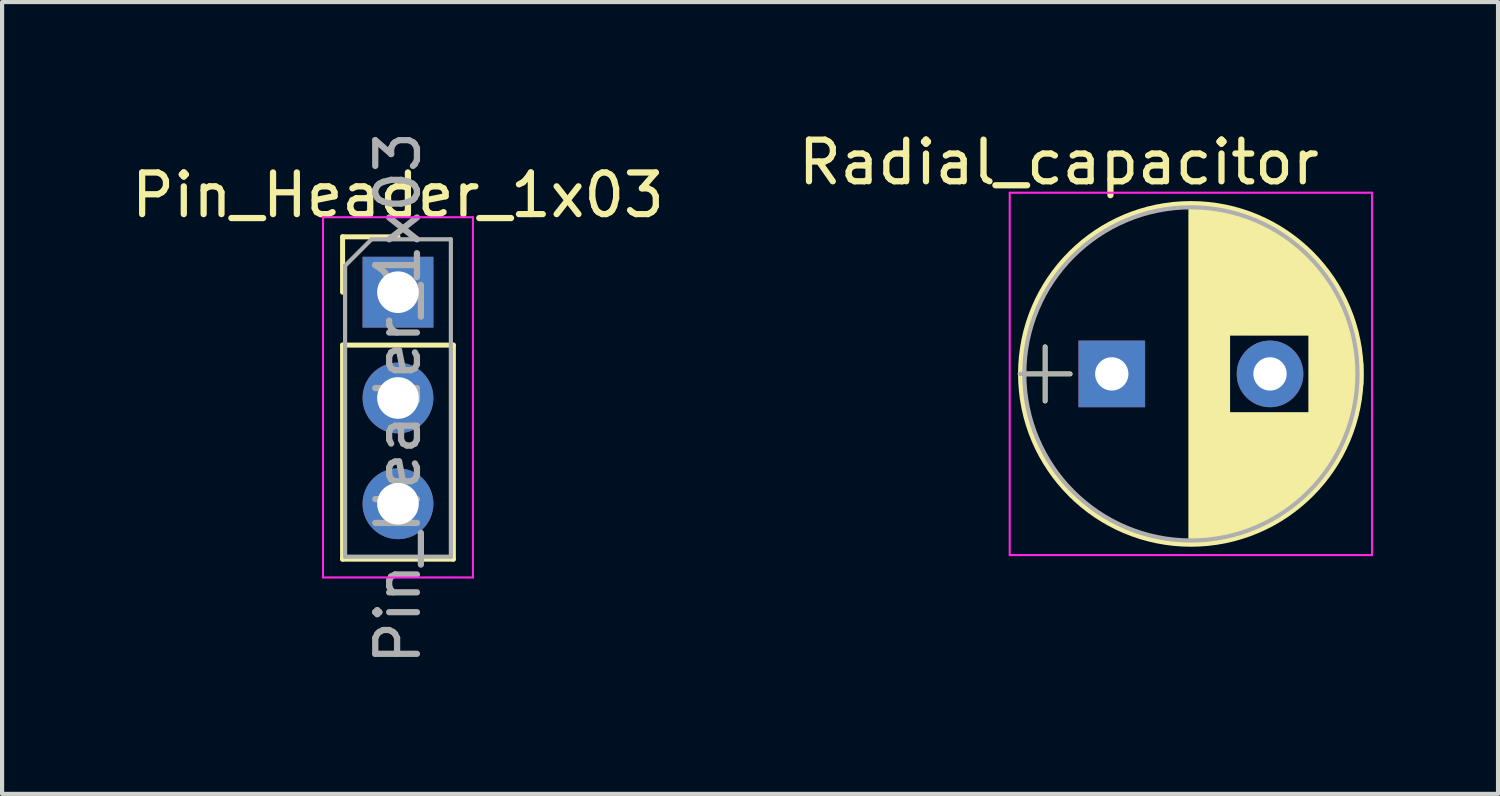
<source format=kicad_pcb>
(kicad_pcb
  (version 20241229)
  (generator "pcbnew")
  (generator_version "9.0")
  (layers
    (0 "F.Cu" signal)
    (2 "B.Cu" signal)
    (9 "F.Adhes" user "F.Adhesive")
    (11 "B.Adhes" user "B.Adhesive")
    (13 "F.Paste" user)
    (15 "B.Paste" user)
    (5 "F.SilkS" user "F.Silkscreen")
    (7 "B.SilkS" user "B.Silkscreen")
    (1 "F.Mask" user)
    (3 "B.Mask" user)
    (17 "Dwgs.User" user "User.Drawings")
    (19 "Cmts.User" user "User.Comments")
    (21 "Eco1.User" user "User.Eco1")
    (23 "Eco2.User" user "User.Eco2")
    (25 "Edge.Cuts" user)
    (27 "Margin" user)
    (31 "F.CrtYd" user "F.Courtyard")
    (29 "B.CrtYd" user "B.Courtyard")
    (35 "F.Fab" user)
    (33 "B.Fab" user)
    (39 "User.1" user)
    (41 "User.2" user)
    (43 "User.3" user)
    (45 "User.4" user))
  (footprint "Radial_capacitor"
    (layer "F.Cu")
    (at 23.645 5.928)
    (property "Reference" "Radial_capacitor" (at -1.27 -5.08 0) (layer "F.SilkS") (effects (font (size 1 1) (thickness 0.15))))
    (attr through_hole)
    (fp_line (start -2.2 0) (end -1 0) (stroke (width 0.12) (type solid)) (layer "F.SilkS"))
    (fp_line (start -1.6 -0.65) (end -1.6 0.65) (stroke (width 0.12) (type solid)) (layer "F.SilkS"))
    (fp_line (start 1.9 -4.05) (end 1.9 4.05) (stroke (width 0.12) (type solid)) (layer "F.SilkS"))
    (fp_line (start 1.94 -4.05) (end 1.94 4.05) (stroke (width 0.12) (type solid)) (layer "F.SilkS"))
    (fp_line (start 1.98 -4.05) (end 1.98 4.05) (stroke (width 0.12) (type solid)) (layer "F.SilkS"))
    (fp_line (start 2.02 -4.049) (end 2.02 4.049) (stroke (width 0.12) (type solid)) (layer "F.SilkS"))
    (fp_line (start 2.06 -4.047) (end 2.06 4.047) (stroke (width 0.12) (type solid)) (layer "F.SilkS"))
    (fp_line (start 2.1 -4.046) (end 2.1 4.046) (stroke (width 0.12) (type solid)) (layer "F.SilkS"))
    (fp_line (start 2.14 -4.043) (end 2.14 4.043) (stroke (width 0.12) (type solid)) (layer "F.SilkS"))
    (fp_line (start 2.18 -4.041) (end 2.18 4.041) (stroke (width 0.12) (type solid)) (layer "F.SilkS"))
    (fp_line (start 2.22 -4.038) (end 2.22 4.038) (stroke (width 0.12) (type solid)) (layer "F.SilkS"))
    (fp_line (start 2.26 -4.035) (end 2.26 4.035) (stroke (width 0.12) (type solid)) (layer "F.SilkS"))
    (fp_line (start 2.3 -4.031) (end 2.3 4.031) (stroke (width 0.12) (type solid)) (layer "F.SilkS"))
    (fp_line (start 2.34 -4.027) (end 2.34 4.027) (stroke (width 0.12) (type solid)) (layer "F.SilkS"))
    (fp_line (start 2.38 -4.022) (end 2.38 4.022) (stroke (width 0.12) (type solid)) (layer "F.SilkS"))
    (fp_line (start 2.42 -4.017) (end 2.42 4.017) (stroke (width 0.12) (type solid)) (layer "F.SilkS"))
    (fp_line (start 2.46 -4.012) (end 2.46 4.012) (stroke (width 0.12) (type solid)) (layer "F.SilkS"))
    (fp_line (start 2.5 -4.006) (end 2.5 4.006) (stroke (width 0.12) (type solid)) (layer "F.SilkS"))
    (fp_line (start 2.54 -4) (end 2.54 4) (stroke (width 0.12) (type solid)) (layer "F.SilkS"))
    (fp_line (start 2.58 -3.994) (end 2.58 3.994) (stroke (width 0.12) (type solid)) (layer "F.SilkS"))
    (fp_line (start 2.621 -3.987) (end 2.621 3.987) (stroke (width 0.12) (type solid)) (layer "F.SilkS"))
    (fp_line (start 2.661 -3.979) (end 2.661 3.979) (stroke (width 0.12) (type solid)) (layer "F.SilkS"))
    (fp_line (start 2.701 -3.971) (end 2.701 3.971) (stroke (width 0.12) (type solid)) (layer "F.SilkS"))
    (fp_line (start 2.741 -3.963) (end 2.741 3.963) (stroke (width 0.12) (type solid)) (layer "F.SilkS"))
    (fp_line (start 2.781 -3.955) (end 2.781 3.955) (stroke (width 0.12) (type solid)) (layer "F.SilkS"))
    (fp_line (start 2.821 -3.946) (end 2.821 -0.98) (stroke (width 0.12) (type solid)) (layer "F.SilkS"))
    (fp_line (start 2.821 0.98) (end 2.821 3.946) (stroke (width 0.12) (type solid)) (layer "F.SilkS"))
    (fp_line (start 2.861 -3.936) (end 2.861 -0.98) (stroke (width 0.12) (type solid)) (layer "F.SilkS"))
    (fp_line (start 2.861 0.98) (end 2.861 3.936) (stroke (width 0.12) (type solid)) (layer "F.SilkS"))
    (fp_line (start 2.901 -3.926) (end 2.901 -0.98) (stroke (width 0.12) (type solid)) (layer "F.SilkS"))
    (fp_line (start 2.901 0.98) (end 2.901 3.926) (stroke (width 0.12) (type solid)) (layer "F.SilkS"))
    (fp_line (start 2.941 -3.916) (end 2.941 -0.98) (stroke (width 0.12) (type solid)) (layer "F.SilkS"))
    (fp_line (start 2.941 0.98) (end 2.941 3.916) (stroke (width 0.12) (type solid)) (layer "F.SilkS"))
    (fp_line (start 2.981 -3.905) (end 2.981 -0.98) (stroke (width 0.12) (type solid)) (layer "F.SilkS"))
    (fp_line (start 2.981 0.98) (end 2.981 3.905) (stroke (width 0.12) (type solid)) (layer "F.SilkS"))
    (fp_line (start 3.021 -3.894) (end 3.021 -0.98) (stroke (width 0.12) (type solid)) (layer "F.SilkS"))
    (fp_line (start 3.021 0.98) (end 3.021 3.894) (stroke (width 0.12) (type solid)) (layer "F.SilkS"))
    (fp_line (start 3.061 -3.883) (end 3.061 -0.98) (stroke (width 0.12) (type solid)) (layer "F.SilkS"))
    (fp_line (start 3.061 0.98) (end 3.061 3.883) (stroke (width 0.12) (type solid)) (layer "F.SilkS"))
    (fp_line (start 3.101 -3.87) (end 3.101 -0.98) (stroke (width 0.12) (type solid)) (layer "F.SilkS"))
    (fp_line (start 3.101 0.98) (end 3.101 3.87) (stroke (width 0.12) (type solid)) (layer "F.SilkS"))
    (fp_line (start 3.141 -3.858) (end 3.141 -0.98) (stroke (width 0.12) (type solid)) (layer "F.SilkS"))
    (fp_line (start 3.141 0.98) (end 3.141 3.858) (stroke (width 0.12) (type solid)) (layer "F.SilkS"))
    (fp_line (start 3.181 -3.845) (end 3.181 -0.98) (stroke (width 0.12) (type solid)) (layer "F.SilkS"))
    (fp_line (start 3.181 0.98) (end 3.181 3.845) (stroke (width 0.12) (type solid)) (layer "F.SilkS"))
    (fp_line (start 3.221 -3.832) (end 3.221 -0.98) (stroke (width 0.12) (type solid)) (layer "F.SilkS"))
    (fp_line (start 3.221 0.98) (end 3.221 3.832) (stroke (width 0.12) (type solid)) (layer "F.SilkS"))
    (fp_line (start 3.261 -3.818) (end 3.261 -0.98) (stroke (width 0.12) (type solid)) (layer "F.SilkS"))
    (fp_line (start 3.261 0.98) (end 3.261 3.818) (stroke (width 0.12) (type solid)) (layer "F.SilkS"))
    (fp_line (start 3.301 -3.803) (end 3.301 -0.98) (stroke (width 0.12) (type solid)) (layer "F.SilkS"))
    (fp_line (start 3.301 0.98) (end 3.301 3.803) (stroke (width 0.12) (type solid)) (layer "F.SilkS"))
    (fp_line (start 3.341 -3.789) (end 3.341 -0.98) (stroke (width 0.12) (type solid)) (layer "F.SilkS"))
    (fp_line (start 3.341 0.98) (end 3.341 3.789) (stroke (width 0.12) (type solid)) (layer "F.SilkS"))
    (fp_line (start 3.381 -3.773) (end 3.381 -0.98) (stroke (width 0.12) (type solid)) (layer "F.SilkS"))
    (fp_line (start 3.381 0.98) (end 3.381 3.773) (stroke (width 0.12) (type solid)) (layer "F.SilkS"))
    (fp_line (start 3.421 -3.758) (end 3.421 -0.98) (stroke (width 0.12) (type solid)) (layer "F.SilkS"))
    (fp_line (start 3.421 0.98) (end 3.421 3.758) (stroke (width 0.12) (type solid)) (layer "F.SilkS"))
    (fp_line (start 3.461 -3.741) (end 3.461 -0.98) (stroke (width 0.12) (type solid)) (layer "F.SilkS"))
    (fp_line (start 3.461 0.98) (end 3.461 3.741) (stroke (width 0.12) (type solid)) (layer "F.SilkS"))
    (fp_line (start 3.501 -3.725) (end 3.501 -0.98) (stroke (width 0.12) (type solid)) (layer "F.SilkS"))
    (fp_line (start 3.501 0.98) (end 3.501 3.725) (stroke (width 0.12) (type solid)) (layer "F.SilkS"))
    (fp_line (start 3.541 -3.707) (end 3.541 -0.98) (stroke (width 0.12) (type solid)) (layer "F.SilkS"))
    (fp_line (start 3.541 0.98) (end 3.541 3.707) (stroke (width 0.12) (type solid)) (layer "F.SilkS"))
    (fp_line (start 3.581 -3.69) (end 3.581 -0.98) (stroke (width 0.12) (type solid)) (layer "F.SilkS"))
    (fp_line (start 3.581 0.98) (end 3.581 3.69) (stroke (width 0.12) (type solid)) (layer "F.SilkS"))
    (fp_line (start 3.621 -3.671) (end 3.621 -0.98) (stroke (width 0.12) (type solid)) (layer "F.SilkS"))
    (fp_line (start 3.621 0.98) (end 3.621 3.671) (stroke (width 0.12) (type solid)) (layer "F.SilkS"))
    (fp_line (start 3.661 -3.652) (end 3.661 -0.98) (stroke (width 0.12) (type solid)) (layer "F.SilkS"))
    (fp_line (start 3.661 0.98) (end 3.661 3.652) (stroke (width 0.12) (type solid)) (layer "F.SilkS"))
    (fp_line (start 3.701 -3.633) (end 3.701 -0.98) (stroke (width 0.12) (type solid)) (layer "F.SilkS"))
    (fp_line (start 3.701 0.98) (end 3.701 3.633) (stroke (width 0.12) (type solid)) (layer "F.SilkS"))
    (fp_line (start 3.741 -3.613) (end 3.741 -0.98) (stroke (width 0.12) (type solid)) (layer "F.SilkS"))
    (fp_line (start 3.741 0.98) (end 3.741 3.613) (stroke (width 0.12) (type solid)) (layer "F.SilkS"))
    (fp_line (start 3.781 -3.593) (end 3.781 -0.98) (stroke (width 0.12) (type solid)) (layer "F.SilkS"))
    (fp_line (start 3.781 0.98) (end 3.781 3.593) (stroke (width 0.12) (type solid)) (layer "F.SilkS"))
    (fp_line (start 3.821 -3.572) (end 3.821 -0.98) (stroke (width 0.12) (type solid)) (layer "F.SilkS"))
    (fp_line (start 3.821 0.98) (end 3.821 3.572) (stroke (width 0.12) (type solid)) (layer "F.SilkS"))
    (fp_line (start 3.861 -3.55) (end 3.861 -0.98) (stroke (width 0.12) (type solid)) (layer "F.SilkS"))
    (fp_line (start 3.861 0.98) (end 3.861 3.55) (stroke (width 0.12) (type solid)) (layer "F.SilkS"))
    (fp_line (start 3.901 -3.528) (end 3.901 -0.98) (stroke (width 0.12) (type solid)) (layer "F.SilkS"))
    (fp_line (start 3.901 0.98) (end 3.901 3.528) (stroke (width 0.12) (type solid)) (layer "F.SilkS"))
    (fp_line (start 3.941 -3.505) (end 3.941 -0.98) (stroke (width 0.12) (type solid)) (layer "F.SilkS"))
    (fp_line (start 3.941 0.98) (end 3.941 3.505) (stroke (width 0.12) (type solid)) (layer "F.SilkS"))
    (fp_line (start 3.981 -3.482) (end 3.981 -0.98) (stroke (width 0.12) (type solid)) (layer "F.SilkS"))
    (fp_line (start 3.981 0.98) (end 3.981 3.482) (stroke (width 0.12) (type solid)) (layer "F.SilkS"))
    (fp_line (start 4.021 -3.458) (end 4.021 -0.98) (stroke (width 0.12) (type solid)) (layer "F.SilkS"))
    (fp_line (start 4.021 0.98) (end 4.021 3.458) (stroke (width 0.12) (type solid)) (layer "F.SilkS"))
    (fp_line (start 4.061 -3.434) (end 4.061 -0.98) (stroke (width 0.12) (type solid)) (layer "F.SilkS"))
    (fp_line (start 4.061 0.98) (end 4.061 3.434) (stroke (width 0.12) (type solid)) (layer "F.SilkS"))
    (fp_line (start 4.101 -3.408) (end 4.101 -0.98) (stroke (width 0.12) (type solid)) (layer "F.SilkS"))
    (fp_line (start 4.101 0.98) (end 4.101 3.408) (stroke (width 0.12) (type solid)) (layer "F.SilkS"))
    (fp_line (start 4.141 -3.383) (end 4.141 -0.98) (stroke (width 0.12) (type solid)) (layer "F.SilkS"))
    (fp_line (start 4.141 0.98) (end 4.141 3.383) (stroke (width 0.12) (type solid)) (layer "F.SilkS"))
    (fp_line (start 4.181 -3.356) (end 4.181 -0.98) (stroke (width 0.12) (type solid)) (layer "F.SilkS"))
    (fp_line (start 4.181 0.98) (end 4.181 3.356) (stroke (width 0.12) (type solid)) (layer "F.SilkS"))
    (fp_line (start 4.221 -3.329) (end 4.221 -0.98) (stroke (width 0.12) (type solid)) (layer "F.SilkS"))
    (fp_line (start 4.221 0.98) (end 4.221 3.329) (stroke (width 0.12) (type solid)) (layer "F.SilkS"))
    (fp_line (start 4.261 -3.301) (end 4.261 -0.98) (stroke (width 0.12) (type solid)) (layer "F.SilkS"))
    (fp_line (start 4.261 0.98) (end 4.261 3.301) (stroke (width 0.12) (type solid)) (layer "F.SilkS"))
    (fp_line (start 4.301 -3.272) (end 4.301 -0.98) (stroke (width 0.12) (type solid)) (layer "F.SilkS"))
    (fp_line (start 4.301 0.98) (end 4.301 3.272) (stroke (width 0.12) (type solid)) (layer "F.SilkS"))
    (fp_line (start 4.341 -3.243) (end 4.341 -0.98) (stroke (width 0.12) (type solid)) (layer "F.SilkS"))
    (fp_line (start 4.341 0.98) (end 4.341 3.243) (stroke (width 0.12) (type solid)) (layer "F.SilkS"))
    (fp_line (start 4.381 -3.213) (end 4.381 -0.98) (stroke (width 0.12) (type solid)) (layer "F.SilkS"))
    (fp_line (start 4.381 0.98) (end 4.381 3.213) (stroke (width 0.12) (type solid)) (layer "F.SilkS"))
    (fp_line (start 4.421 -3.182) (end 4.421 -0.98) (stroke (width 0.12) (type solid)) (layer "F.SilkS"))
    (fp_line (start 4.421 0.98) (end 4.421 3.182) (stroke (width 0.12) (type solid)) (layer "F.SilkS"))
    (fp_line (start 4.461 -3.15) (end 4.461 -0.98) (stroke (width 0.12) (type solid)) (layer "F.SilkS"))
    (fp_line (start 4.461 0.98) (end 4.461 3.15) (stroke (width 0.12) (type solid)) (layer "F.SilkS"))
    (fp_line (start 4.501 -3.118) (end 4.501 -0.98) (stroke (width 0.12) (type solid)) (layer "F.SilkS"))
    (fp_line (start 4.501 0.98) (end 4.501 3.118) (stroke (width 0.12) (type solid)) (layer "F.SilkS"))
    (fp_line (start 4.541 -3.084) (end 4.541 -0.98) (stroke (width 0.12) (type solid)) (layer "F.SilkS"))
    (fp_line (start 4.541 0.98) (end 4.541 3.084) (stroke (width 0.12) (type solid)) (layer "F.SilkS"))
    (fp_line (start 4.581 -3.05) (end 4.581 -0.98) (stroke (width 0.12) (type solid)) (layer "F.SilkS"))
    (fp_line (start 4.581 0.98) (end 4.581 3.05) (stroke (width 0.12) (type solid)) (layer "F.SilkS"))
    (fp_line (start 4.621 -3.015) (end 4.621 -0.98) (stroke (width 0.12) (type solid)) (layer "F.SilkS"))
    (fp_line (start 4.621 0.98) (end 4.621 3.015) (stroke (width 0.12) (type solid)) (layer "F.SilkS"))
    (fp_line (start 4.661 -2.979) (end 4.661 -0.98) (stroke (width 0.12) (type solid)) (layer "F.SilkS"))
    (fp_line (start 4.661 0.98) (end 4.661 2.979) (stroke (width 0.12) (type solid)) (layer "F.SilkS"))
    (fp_line (start 4.701 -2.942) (end 4.701 -0.98) (stroke (width 0.12) (type solid)) (layer "F.SilkS"))
    (fp_line (start 4.701 0.98) (end 4.701 2.942) (stroke (width 0.12) (type solid)) (layer "F.SilkS"))
    (fp_line (start 4.741 -2.904) (end 4.741 -0.98) (stroke (width 0.12) (type solid)) (layer "F.SilkS"))
    (fp_line (start 4.741 0.98) (end 4.741 2.904) (stroke (width 0.12) (type solid)) (layer "F.SilkS"))
    (fp_line (start 4.781 -2.865) (end 4.781 2.865) (stroke (width 0.12) (type solid)) (layer "F.SilkS"))
    (fp_line (start 4.821 -2.824) (end 4.821 2.824) (stroke (width 0.12) (type solid)) (layer "F.SilkS"))
    (fp_line (start 4.861 -2.783) (end 4.861 2.783) (stroke (width 0.12) (type solid)) (layer "F.SilkS"))
    (fp_line (start 4.901 -2.74) (end 4.901 2.74) (stroke (width 0.12) (type solid)) (layer "F.SilkS"))
    (fp_line (start 4.941 -2.697) (end 4.941 2.697) (stroke (width 0.12) (type solid)) (layer "F.SilkS"))
    (fp_line (start 4.981 -2.652) (end 4.981 2.652) (stroke (width 0.12) (type solid)) (layer "F.SilkS"))
    (fp_line (start 5.021 -2.605) (end 5.021 2.605) (stroke (width 0.12) (type solid)) (layer "F.SilkS"))
    (fp_line (start 5.061 -2.557) (end 5.061 2.557) (stroke (width 0.12) (type solid)) (layer "F.SilkS"))
    (fp_line (start 5.101 -2.508) (end 5.101 2.508) (stroke (width 0.12) (type solid)) (layer "F.SilkS"))
    (fp_line (start 5.141 -2.457) (end 5.141 2.457) (stroke (width 0.12) (type solid)) (layer "F.SilkS"))
    (fp_line (start 5.181 -2.404) (end 5.181 2.404) (stroke (width 0.12) (type solid)) (layer "F.SilkS"))
    (fp_line (start 5.221 -2.349) (end 5.221 2.349) (stroke (width 0.12) (type solid)) (layer "F.SilkS"))
    (fp_line (start 5.261 -2.293) (end 5.261 2.293) (stroke (width 0.12) (type solid)) (layer "F.SilkS"))
    (fp_line (start 5.301 -2.234) (end 5.301 2.234) (stroke (width 0.12) (type solid)) (layer "F.SilkS"))
    (fp_line (start 5.341 -2.173) (end 5.341 2.173) (stroke (width 0.12) (type solid)) (layer "F.SilkS"))
    (fp_line (start 5.381 -2.109) (end 5.381 2.109) (stroke (width 0.12) (type solid)) (layer "F.SilkS"))
    (fp_line (start 5.421 -2.043) (end 5.421 2.043) (stroke (width 0.12) (type solid)) (layer "F.SilkS"))
    (fp_line (start 5.461 -1.974) (end 5.461 1.974) (stroke (width 0.12) (type solid)) (layer "F.SilkS"))
    (fp_line (start 5.501 -1.902) (end 5.501 1.902) (stroke (width 0.12) (type solid)) (layer "F.SilkS"))
    (fp_line (start 5.541 -1.826) (end 5.541 1.826) (stroke (width 0.12) (type solid)) (layer "F.SilkS"))
    (fp_line (start 5.581 -1.745) (end 5.581 1.745) (stroke (width 0.12) (type solid)) (layer "F.SilkS"))
    (fp_line (start 5.621 -1.66) (end 5.621 1.66) (stroke (width 0.12) (type solid)) (layer "F.SilkS"))
    (fp_line (start 5.661 -1.57) (end 5.661 1.57) (stroke (width 0.12) (type solid)) (layer "F.SilkS"))
    (fp_line (start 5.701 -1.473) (end 5.701 1.473) (stroke (width 0.12) (type solid)) (layer "F.SilkS"))
    (fp_line (start 5.741 -1.369) (end 5.741 1.369) (stroke (width 0.12) (type solid)) (layer "F.SilkS"))
    (fp_line (start 5.781 -1.254) (end 5.781 1.254) (stroke (width 0.12) (type solid)) (layer "F.SilkS"))
    (fp_line (start 5.821 -1.127) (end 5.821 1.127) (stroke (width 0.12) (type solid)) (layer "F.SilkS"))
    (fp_line (start 5.861 -0.983) (end 5.861 0.983) (stroke (width 0.12) (type solid)) (layer "F.SilkS"))
    (fp_line (start 5.901 -0.814) (end 5.901 0.814) (stroke (width 0.12) (type solid)) (layer "F.SilkS"))
    (fp_line (start 5.941 -0.598) (end 5.941 0.598) (stroke (width 0.12) (type solid)) (layer "F.SilkS"))
    (fp_line (start 5.981 -0.246) (end 5.981 0.246) (stroke (width 0.12) (type solid)) (layer "F.SilkS"))
    (fp_circle (center 1.9 0) (end 5.99 0) (stroke (width 0.12) (type solid)) (fill no) (layer "F.SilkS"))
    (fp_line (start -2.45 -4.35) (end -2.45 4.35) (stroke (width 0.05) (type solid)) (layer "F.CrtYd"))
    (fp_line (start -2.45 4.35) (end 6.25 4.35) (stroke (width 0.05) (type solid)) (layer "F.CrtYd"))
    (fp_line (start 6.25 -4.35) (end -2.45 -4.35) (stroke (width 0.05) (type solid)) (layer "F.CrtYd"))
    (fp_line (start 6.25 4.35) (end 6.25 -4.35) (stroke (width 0.05) (type solid)) (layer "F.CrtYd"))
    (fp_line (start -2.2 0) (end -1 0) (stroke (width 0.1) (type solid)) (layer "F.Fab"))
    (fp_line (start -1.6 -0.65) (end -1.6 0.65) (stroke (width 0.1) (type solid)) (layer "F.Fab"))
    (fp_circle (center 1.9 0) (end 5.9 0) (stroke (width 0.1) (type solid)) (fill no) (layer "F.Fab"))
    (pad "1" thru_hole rect (at 0 0) (size 1.6 1.6) (drill 0.8) (layers "*.Cu" "*.Mask"))
    (pad "2" thru_hole circle (at 3.8 0) (size 1.6 1.6) (drill 0.8) (layers "*.Cu" "*.Mask")))
  (footprint "Pin_Header_1x03"
    (layer "F.Cu")
    (at 6.506 3.966)
    (property "Reference" "Pin_Header_1x03" (at 0 -2.33 0) (layer "F.SilkS") (effects (font (size 1 1) (thickness 0.15))))
    (attr through_hole)
    (fp_line (start -1.33 -1.33) (end 0 -1.33) (stroke (width 0.12) (type solid)) (layer "F.SilkS"))
    (fp_line (start -1.33 0) (end -1.33 -1.33) (stroke (width 0.12) (type solid)) (layer "F.SilkS"))
    (fp_line (start -1.33 1.27) (end -1.33 6.41) (stroke (width 0.12) (type solid)) (layer "F.SilkS"))
    (fp_line (start -1.33 1.27) (end 1.33 1.27) (stroke (width 0.12) (type solid)) (layer "F.SilkS"))
    (fp_line (start -1.33 6.41) (end 1.33 6.41) (stroke (width 0.12) (type solid)) (layer "F.SilkS"))
    (fp_line (start 1.33 1.27) (end 1.33 6.41) (stroke (width 0.12) (type solid)) (layer "F.SilkS"))
    (fp_line (start -1.8 -1.8) (end -1.8 6.85) (stroke (width 0.05) (type solid)) (layer "F.CrtYd"))
    (fp_line (start -1.8 6.85) (end 1.8 6.85) (stroke (width 0.05) (type solid)) (layer "F.CrtYd"))
    (fp_line (start 1.8 -1.8) (end -1.8 -1.8) (stroke (width 0.05) (type solid)) (layer "F.CrtYd"))
    (fp_line (start 1.8 6.85) (end 1.8 -1.8) (stroke (width 0.05) (type solid)) (layer "F.CrtYd"))
    (fp_line (start -1.27 -0.635) (end -0.635 -1.27) (stroke (width 0.1) (type solid)) (layer "F.Fab"))
    (fp_line (start -1.27 6.35) (end -1.27 -0.635) (stroke (width 0.1) (type solid)) (layer "F.Fab"))
    (fp_line (start -0.635 -1.27) (end 1.27 -1.27) (stroke (width 0.1) (type solid)) (layer "F.Fab"))
    (fp_line (start 1.27 -1.27) (end 1.27 6.35) (stroke (width 0.1) (type solid)) (layer "F.Fab"))
    (fp_line (start 1.27 6.35) (end -1.27 6.35) (stroke (width 0.1) (type solid)) (layer "F.Fab"))
    (fp_text user "${REFERENCE}" (at 0 2.54 90) (layer "F.Fab") (effects (font (size 1 1) (thickness 0.15))))
    (pad "1" thru_hole rect (at 0 0) (size 1.7 1.7) (drill 1) (layers "*.Cu" "*.Mask"))
    (pad "2" thru_hole oval (at 0 2.54) (size 1.7 1.7) (drill 1) (layers "*.Cu" "*.Mask"))
    (pad "3" thru_hole oval (at 0 5.08) (size 1.7 1.7) (drill 1) (layers "*.Cu" "*.Mask")))
  (gr_rect
    (start -3 -3)
    (end 32.92 16.012)
    (stroke (width 0.1) (type default))
    (fill no)
    (layer "Edge.Cuts")))
</source>
